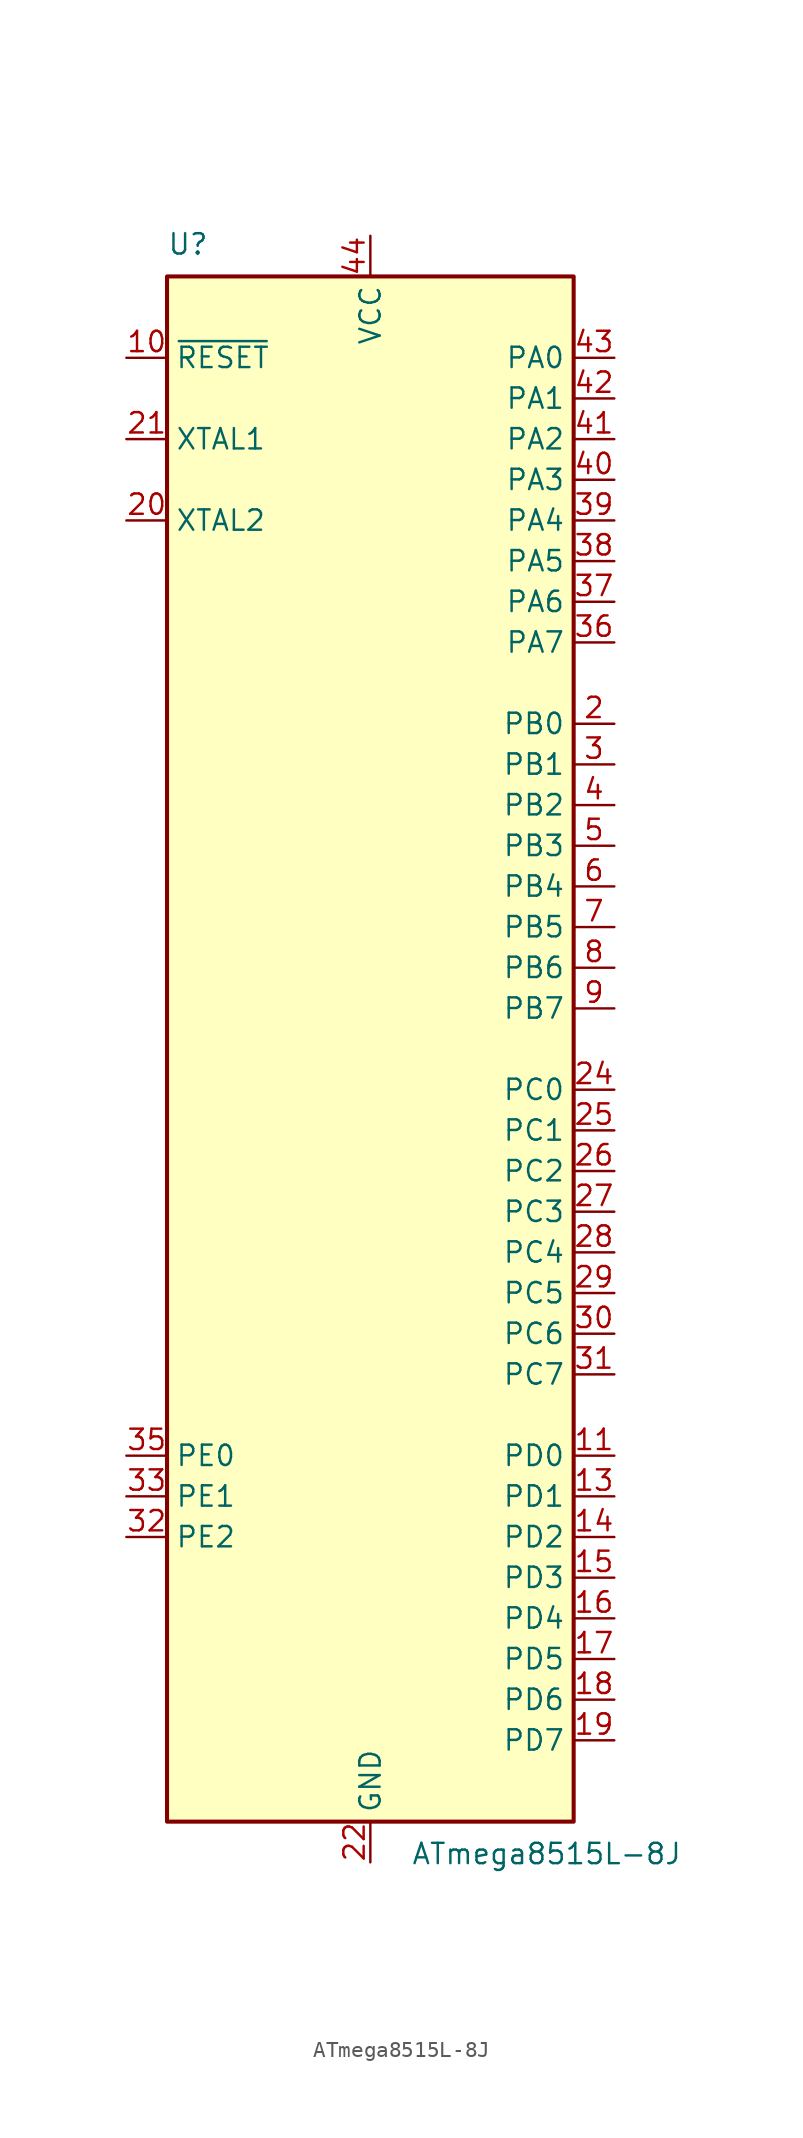
<source format=kicad_sym>
(kicad_symbol_lib
  (version 20201005)
  (generator kicad_symbol_editor)
  (symbol "MCU_Microchip_ATmega:ATmega8515L-8J"
    (property "Reference" "U"
      (at -12.7 49.53 0)
      (effects (font (size 1.27 1.27)) (justify left bottom)))
    (property "Value" "ATmega8515L-8J"
      (at 2.54 -49.53 0)
      (effects (font (size 1.27 1.27)) (justify left top)))
    (symbol "ATmega8515L-8J_0_1"
      (rectangle (start -12.7 -48.26) (end 12.7 48.26) (stroke (width 0.254)) (fill (type background))))
    (symbol "ATmega8515L-8J_1_1"
      (pin no_connect line (at -12.7 -38.1 0) (length 2.54) hide (name "NC" (effects (font (size 1.27 1.27)))) (number "1" (effects (font (size 1.27 1.27)))))
      (pin input line (at -15.24 43.18 0) (length 2.54) (name "~RESET" (effects (font (size 1.27 1.27)))) (number "10" (effects (font (size 1.27 1.27)))))
      (pin bidirectional line (at 15.24 -25.4 180) (length 2.54) (name "PD0" (effects (font (size 1.27 1.27)))) (number "11" (effects (font (size 1.27 1.27)))))
      (pin no_connect line (at -12.7 -40.64 0) (length 2.54) hide (name "NC" (effects (font (size 1.27 1.27)))) (number "12" (effects (font (size 1.27 1.27)))))
      (pin bidirectional line (at 15.24 -27.94 180) (length 2.54) (name "PD1" (effects (font (size 1.27 1.27)))) (number "13" (effects (font (size 1.27 1.27)))))
      (pin bidirectional line (at 15.24 -30.48 180) (length 2.54) (name "PD2" (effects (font (size 1.27 1.27)))) (number "14" (effects (font (size 1.27 1.27)))))
      (pin bidirectional line (at 15.24 -33.02 180) (length 2.54) (name "PD3" (effects (font (size 1.27 1.27)))) (number "15" (effects (font (size 1.27 1.27)))))
      (pin bidirectional line (at 15.24 -35.56 180) (length 2.54) (name "PD4" (effects (font (size 1.27 1.27)))) (number "16" (effects (font (size 1.27 1.27)))))
      (pin bidirectional line (at 15.24 -38.1 180) (length 2.54) (name "PD5" (effects (font (size 1.27 1.27)))) (number "17" (effects (font (size 1.27 1.27)))))
      (pin bidirectional line (at 15.24 -40.64 180) (length 2.54) (name "PD6" (effects (font (size 1.27 1.27)))) (number "18" (effects (font (size 1.27 1.27)))))
      (pin bidirectional line (at 15.24 -43.18 180) (length 2.54) (name "PD7" (effects (font (size 1.27 1.27)))) (number "19" (effects (font (size 1.27 1.27)))))
      (pin bidirectional line (at 15.24 20.32 180) (length 2.54) (name "PB0" (effects (font (size 1.27 1.27)))) (number "2" (effects (font (size 1.27 1.27)))))
      (pin output line (at -15.24 33.02 0) (length 2.54) (name "XTAL2" (effects (font (size 1.27 1.27)))) (number "20" (effects (font (size 1.27 1.27)))))
      (pin input line (at -15.24 38.1 0) (length 2.54) (name "XTAL1" (effects (font (size 1.27 1.27)))) (number "21" (effects (font (size 1.27 1.27)))))
      (pin power_in line (at 0 -50.8 90) (length 2.54) (name "GND" (effects (font (size 1.27 1.27)))) (number "22" (effects (font (size 1.27 1.27)))))
      (pin no_connect line (at -12.7 -43.18 0) (length 2.54) hide (name "NC" (effects (font (size 1.27 1.27)))) (number "23" (effects (font (size 1.27 1.27)))))
      (pin bidirectional line (at 15.24 -2.54 180) (length 2.54) (name "PC0" (effects (font (size 1.27 1.27)))) (number "24" (effects (font (size 1.27 1.27)))))
      (pin bidirectional line (at 15.24 -5.08 180) (length 2.54) (name "PC1" (effects (font (size 1.27 1.27)))) (number "25" (effects (font (size 1.27 1.27)))))
      (pin bidirectional line (at 15.24 -7.62 180) (length 2.54) (name "PC2" (effects (font (size 1.27 1.27)))) (number "26" (effects (font (size 1.27 1.27)))))
      (pin bidirectional line (at 15.24 -10.16 180) (length 2.54) (name "PC3" (effects (font (size 1.27 1.27)))) (number "27" (effects (font (size 1.27 1.27)))))
      (pin bidirectional line (at 15.24 -12.7 180) (length 2.54) (name "PC4" (effects (font (size 1.27 1.27)))) (number "28" (effects (font (size 1.27 1.27)))))
      (pin bidirectional line (at 15.24 -15.24 180) (length 2.54) (name "PC5" (effects (font (size 1.27 1.27)))) (number "29" (effects (font (size 1.27 1.27)))))
      (pin bidirectional line (at 15.24 17.78 180) (length 2.54) (name "PB1" (effects (font (size 1.27 1.27)))) (number "3" (effects (font (size 1.27 1.27)))))
      (pin bidirectional line (at 15.24 -17.78 180) (length 2.54) (name "PC6" (effects (font (size 1.27 1.27)))) (number "30" (effects (font (size 1.27 1.27)))))
      (pin bidirectional line (at 15.24 -20.32 180) (length 2.54) (name "PC7" (effects (font (size 1.27 1.27)))) (number "31" (effects (font (size 1.27 1.27)))))
      (pin bidirectional line (at -15.24 -30.48 0) (length 2.54) (name "PE2" (effects (font (size 1.27 1.27)))) (number "32" (effects (font (size 1.27 1.27)))))
      (pin bidirectional line (at -15.24 -27.94 0) (length 2.54) (name "PE1" (effects (font (size 1.27 1.27)))) (number "33" (effects (font (size 1.27 1.27)))))
      (pin no_connect line (at -12.7 -45.72 0) (length 2.54) hide (name "NC" (effects (font (size 1.27 1.27)))) (number "34" (effects (font (size 1.27 1.27)))))
      (pin bidirectional line (at -15.24 -25.4 0) (length 2.54) (name "PE0" (effects (font (size 1.27 1.27)))) (number "35" (effects (font (size 1.27 1.27)))))
      (pin bidirectional line (at 15.24 25.4 180) (length 2.54) (name "PA7" (effects (font (size 1.27 1.27)))) (number "36" (effects (font (size 1.27 1.27)))))
      (pin bidirectional line (at 15.24 27.94 180) (length 2.54) (name "PA6" (effects (font (size 1.27 1.27)))) (number "37" (effects (font (size 1.27 1.27)))))
      (pin bidirectional line (at 15.24 30.48 180) (length 2.54) (name "PA5" (effects (font (size 1.27 1.27)))) (number "38" (effects (font (size 1.27 1.27)))))
      (pin bidirectional line (at 15.24 33.02 180) (length 2.54) (name "PA4" (effects (font (size 1.27 1.27)))) (number "39" (effects (font (size 1.27 1.27)))))
      (pin bidirectional line (at 15.24 15.24 180) (length 2.54) (name "PB2" (effects (font (size 1.27 1.27)))) (number "4" (effects (font (size 1.27 1.27)))))
      (pin bidirectional line (at 15.24 35.56 180) (length 2.54) (name "PA3" (effects (font (size 1.27 1.27)))) (number "40" (effects (font (size 1.27 1.27)))))
      (pin bidirectional line (at 15.24 38.1 180) (length 2.54) (name "PA2" (effects (font (size 1.27 1.27)))) (number "41" (effects (font (size 1.27 1.27)))))
      (pin bidirectional line (at 15.24 40.64 180) (length 2.54) (name "PA1" (effects (font (size 1.27 1.27)))) (number "42" (effects (font (size 1.27 1.27)))))
      (pin bidirectional line (at 15.24 43.18 180) (length 2.54) (name "PA0" (effects (font (size 1.27 1.27)))) (number "43" (effects (font (size 1.27 1.27)))))
      (pin power_in line (at 0 50.8 270) (length 2.54) (name "VCC" (effects (font (size 1.27 1.27)))) (number "44" (effects (font (size 1.27 1.27)))))
      (pin bidirectional line (at 15.24 12.7 180) (length 2.54) (name "PB3" (effects (font (size 1.27 1.27)))) (number "5" (effects (font (size 1.27 1.27)))))
      (pin bidirectional line (at 15.24 10.16 180) (length 2.54) (name "PB4" (effects (font (size 1.27 1.27)))) (number "6" (effects (font (size 1.27 1.27)))))
      (pin bidirectional line (at 15.24 7.62 180) (length 2.54) (name "PB5" (effects (font (size 1.27 1.27)))) (number "7" (effects (font (size 1.27 1.27)))))
      (pin bidirectional line (at 15.24 5.08 180) (length 2.54) (name "PB6" (effects (font (size 1.27 1.27)))) (number "8" (effects (font (size 1.27 1.27)))))
      (pin bidirectional line (at 15.24 2.54 180) (length 2.54) (name "PB7" (effects (font (size 1.27 1.27)))) (number "9" (effects (font (size 1.27 1.27))))))))
</source>
